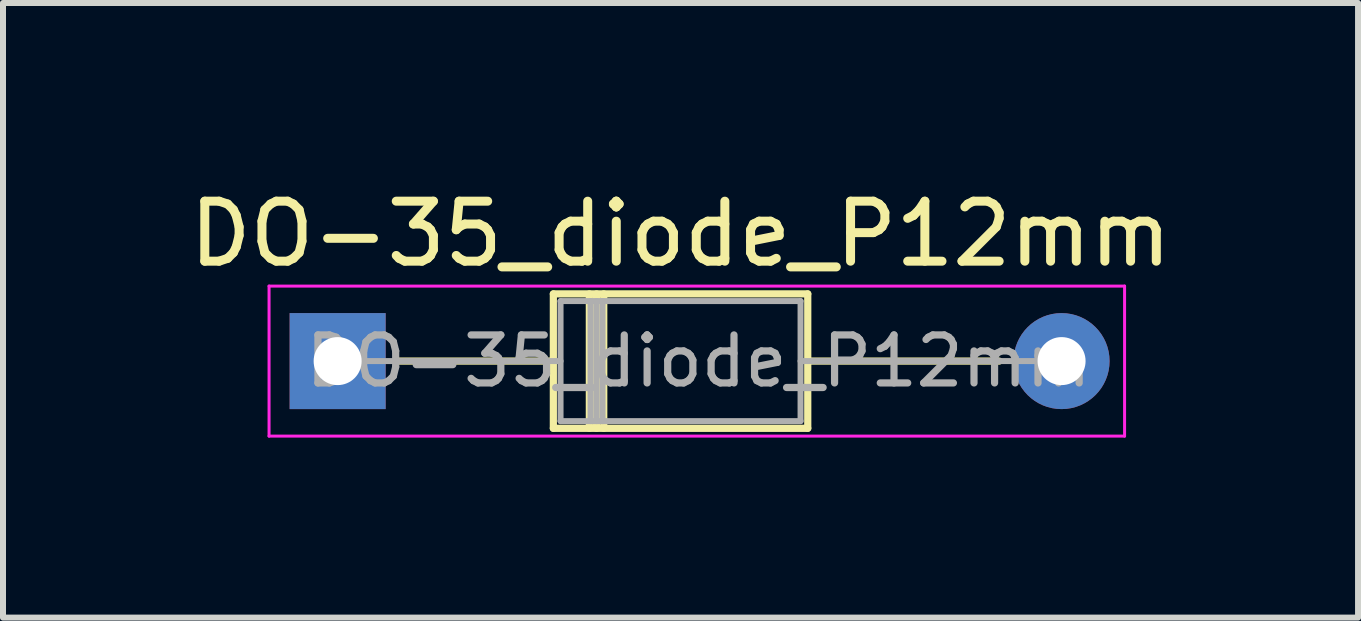
<source format=kicad_pcb>
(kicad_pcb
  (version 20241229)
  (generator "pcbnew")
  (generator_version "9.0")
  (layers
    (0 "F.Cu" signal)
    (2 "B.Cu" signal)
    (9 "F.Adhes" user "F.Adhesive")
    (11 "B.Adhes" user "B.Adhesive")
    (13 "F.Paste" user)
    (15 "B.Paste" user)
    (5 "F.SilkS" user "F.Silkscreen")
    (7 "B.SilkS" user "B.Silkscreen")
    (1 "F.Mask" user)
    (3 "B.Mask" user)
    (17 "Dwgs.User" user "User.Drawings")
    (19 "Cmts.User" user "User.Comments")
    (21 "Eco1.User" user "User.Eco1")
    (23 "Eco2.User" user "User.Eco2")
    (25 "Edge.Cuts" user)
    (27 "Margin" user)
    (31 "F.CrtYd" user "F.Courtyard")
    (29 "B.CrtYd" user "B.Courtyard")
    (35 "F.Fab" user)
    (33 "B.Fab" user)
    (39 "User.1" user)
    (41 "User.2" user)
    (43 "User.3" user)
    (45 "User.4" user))
  (footprint "DO-35_diode_P12mm"
    (layer "F.Cu")
    (at 1.942 2.968)
    (property "Reference" "DO-35_diode_P12mm" (at 6.35 -2.12 0) (layer "F.SilkS") (effects (font (size 1 1) (thickness 0.15))))
    (attr through_hole)
    (fp_line (start 1.651 0) (end 4.23 0) (stroke (width 0.12) (type solid)) (layer "F.SilkS"))
    (fp_line (start 4.23 -1.12) (end 4.23 1.12) (stroke (width 0.12) (type solid)) (layer "F.SilkS"))
    (fp_line (start 4.23 1.12) (end 8.47 1.12) (stroke (width 0.12) (type solid)) (layer "F.SilkS"))
    (fp_line (start 4.83 -1.12) (end 4.83 1.12) (stroke (width 0.12) (type solid)) (layer "F.SilkS"))
    (fp_line (start 4.95 -1.12) (end 4.95 1.12) (stroke (width 0.12) (type solid)) (layer "F.SilkS"))
    (fp_line (start 5.07 -1.12) (end 5.07 1.12) (stroke (width 0.12) (type solid)) (layer "F.SilkS"))
    (fp_line (start 8.47 -1.12) (end 4.23 -1.12) (stroke (width 0.12) (type solid)) (layer "F.SilkS"))
    (fp_line (start 8.47 1.12) (end 8.47 -1.12) (stroke (width 0.12) (type solid)) (layer "F.SilkS"))
    (fp_line (start 11.66 0) (end 8.47 0) (stroke (width 0.12) (type solid)) (layer "F.SilkS"))
    (fp_line (start -0.508 -1.25) (end -0.508 1.25) (stroke (width 0.05) (type solid)) (layer "F.CrtYd"))
    (fp_line (start -0.508 1.25) (end 13.75 1.25) (stroke (width 0.05) (type solid)) (layer "F.CrtYd"))
    (fp_line (start 13.75 -1.25) (end -0.508 -1.25) (stroke (width 0.05) (type solid)) (layer "F.CrtYd"))
    (fp_line (start 13.75 1.25) (end 13.75 -1.25) (stroke (width 0.05) (type solid)) (layer "F.CrtYd"))
    (fp_line (start 0.635 0) (end 4.35 0) (stroke (width 0.1) (type solid)) (layer "F.Fab"))
    (fp_line (start 4.35 -1) (end 4.35 1) (stroke (width 0.1) (type solid)) (layer "F.Fab"))
    (fp_line (start 4.35 1) (end 8.35 1) (stroke (width 0.1) (type solid)) (layer "F.Fab"))
    (fp_line (start 4.85 -1) (end 4.85 1) (stroke (width 0.1) (type solid)) (layer "F.Fab"))
    (fp_line (start 4.95 -1) (end 4.95 1) (stroke (width 0.1) (type solid)) (layer "F.Fab"))
    (fp_line (start 5.05 -1) (end 5.05 1) (stroke (width 0.1) (type solid)) (layer "F.Fab"))
    (fp_line (start 8.35 -1) (end 4.35 -1) (stroke (width 0.1) (type solid)) (layer "F.Fab"))
    (fp_line (start 8.35 1) (end 8.35 -1) (stroke (width 0.1) (type solid)) (layer "F.Fab"))
    (fp_line (start 12.7 0) (end 8.35 0) (stroke (width 0.1) (type solid)) (layer "F.Fab"))
    (fp_text user "${REFERENCE}" (at 6.65 0 0) (layer "F.Fab") (effects (font (size 0.8 0.8) (thickness 0.12))))
    (pad "1" thru_hole rect (at 0.635 0) (size 1.6 1.6) (drill 0.8) (layers "*.Cu" "*.Mask"))
    (pad "2" thru_hole oval (at 12.7 0) (size 1.6 1.6) (drill 0.8) (layers "*.Cu" "*.Mask")))
  (gr_rect
    (start -3 -3)
    (end 19.583 7.243)
    (stroke (width 0.1) (type default))
    (fill no)
    (layer "Edge.Cuts")))
</source>
